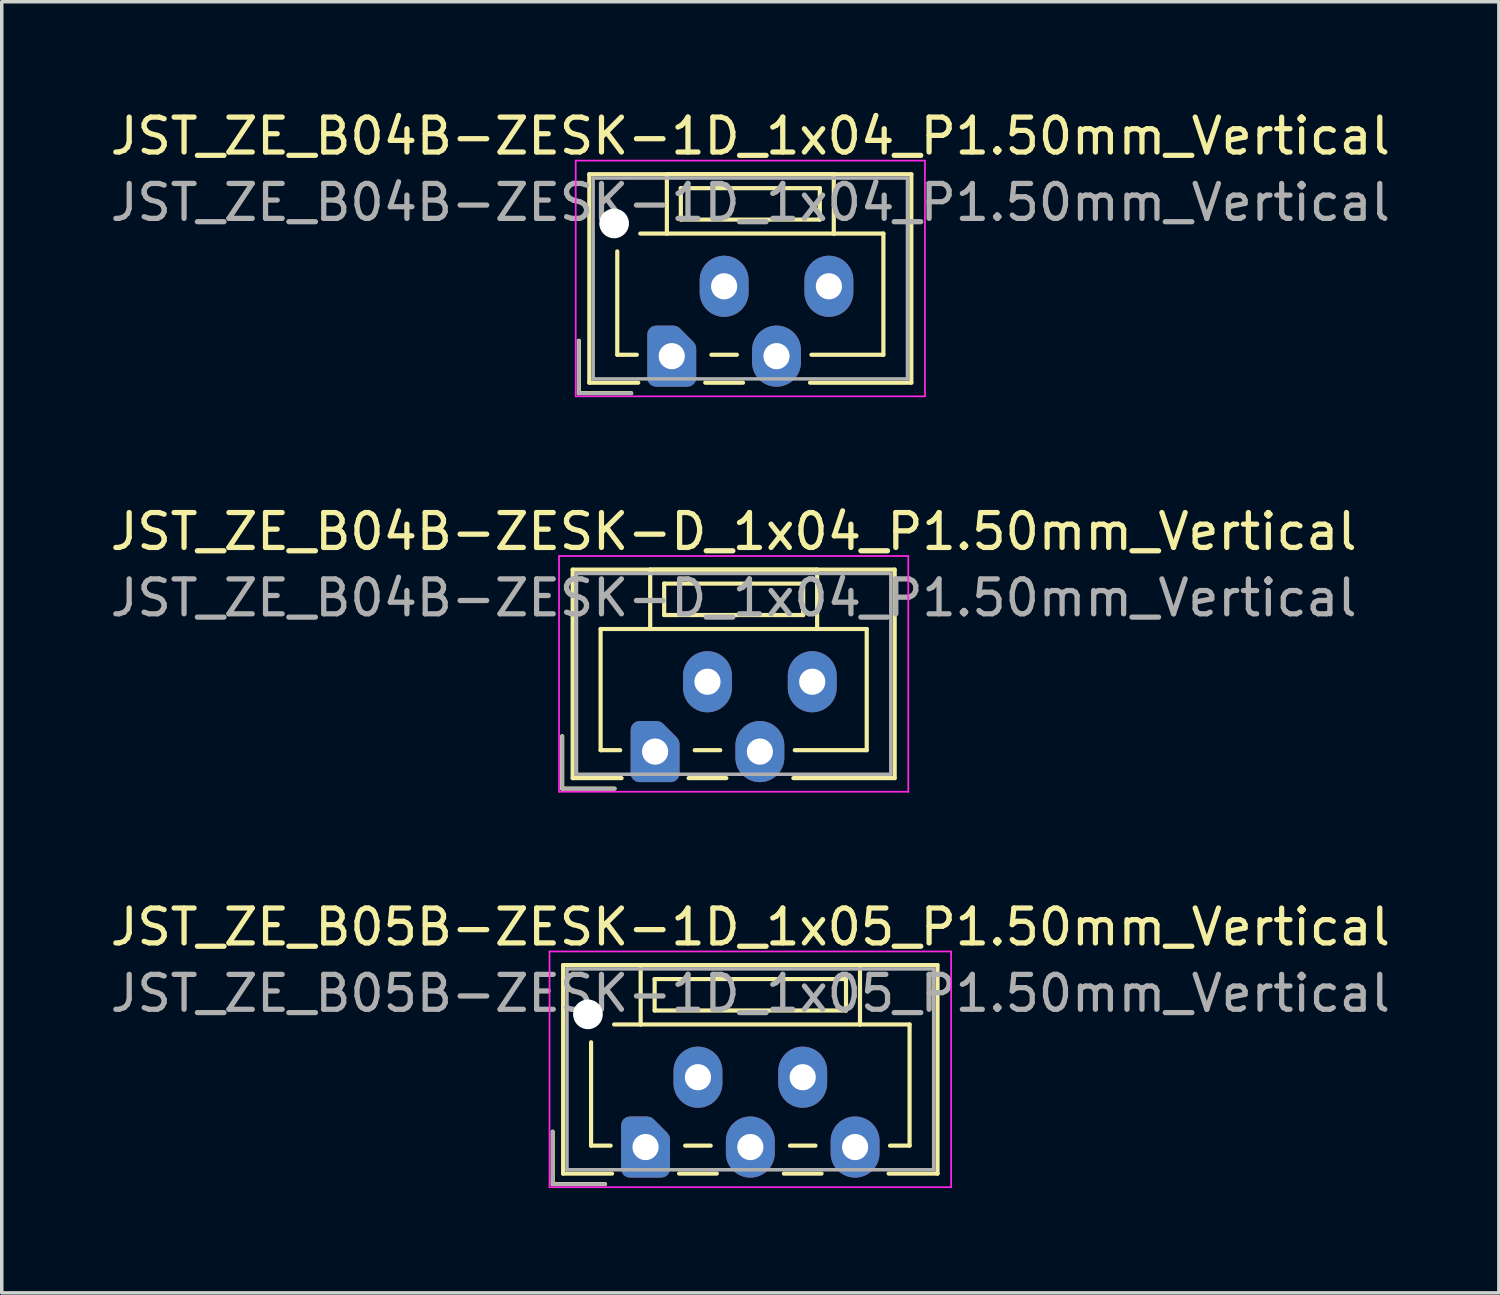
<source format=kicad_pcb>
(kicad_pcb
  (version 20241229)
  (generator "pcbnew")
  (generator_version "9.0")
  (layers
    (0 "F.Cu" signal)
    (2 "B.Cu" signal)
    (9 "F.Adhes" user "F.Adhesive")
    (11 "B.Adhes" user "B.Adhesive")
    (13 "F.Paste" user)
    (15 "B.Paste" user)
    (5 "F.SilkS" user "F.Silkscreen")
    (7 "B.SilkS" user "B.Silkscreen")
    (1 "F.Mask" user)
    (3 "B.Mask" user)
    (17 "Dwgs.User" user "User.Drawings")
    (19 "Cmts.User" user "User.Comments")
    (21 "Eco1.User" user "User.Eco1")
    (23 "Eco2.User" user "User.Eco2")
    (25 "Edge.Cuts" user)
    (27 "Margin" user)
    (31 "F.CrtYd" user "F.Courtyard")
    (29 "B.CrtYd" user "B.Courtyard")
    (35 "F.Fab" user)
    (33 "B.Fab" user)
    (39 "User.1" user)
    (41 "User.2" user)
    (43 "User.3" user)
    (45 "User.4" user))
  (footprint "JST_ZE_B04B-ZESK-D_1x04_P1.50mm_Vertical"
    (layer "F.Cu")
    (at 15.708 18.471)
    (property "Reference" "JST_ZE_B04B-ZESK-D_1x04_P1.50mm_Vertical" (at 2.25 -6.3 0) (layer "F.SilkS") (effects (font (size 1 1) (thickness 0.15))))
    (attr through_hole)
    (fp_line (start -2.66 -0.44) (end -2.66 1.06) (stroke (width 0.12) (type solid)) (layer "F.SilkS"))
    (fp_line (start -2.66 1.06) (end -1.16 1.06) (stroke (width 0.12) (type solid)) (layer "F.SilkS"))
    (fp_line (start -2.36 -5.21) (end 6.86 -5.21) (stroke (width 0.12) (type solid)) (layer "F.SilkS"))
    (fp_line (start -2.36 0.76) (end -2.36 -5.21) (stroke (width 0.12) (type solid)) (layer "F.SilkS"))
    (fp_line (start -1.56 -3.51) (end -1.56 -0.04) (stroke (width 0.12) (type solid)) (layer "F.SilkS"))
    (fp_line (start -1.56 -0.04) (end -1 -0.04) (stroke (width 0.12) (type solid)) (layer "F.SilkS"))
    (fp_line (start -0.96 0.76) (end -2.36 0.76) (stroke (width 0.12) (type solid)) (layer "F.SilkS"))
    (fp_line (start -0.14 -5.21) (end -0.14 -3.51) (stroke (width 0.12) (type solid)) (layer "F.SilkS"))
    (fp_line (start -0.14 -3.51) (end -1.56 -3.51) (stroke (width 0.12) (type solid)) (layer "F.SilkS"))
    (fp_line (start -0.14 -3.51) (end 4.64 -3.51) (stroke (width 0.12) (type solid)) (layer "F.SilkS"))
    (fp_line (start 0.26 -4.81) (end 0.26 -3.91) (stroke (width 0.12) (type solid)) (layer "F.SilkS"))
    (fp_line (start 0.26 -3.91) (end 4.24 -3.91) (stroke (width 0.12) (type solid)) (layer "F.SilkS"))
    (fp_line (start 0.96 0.76) (end 2.04 0.76) (stroke (width 0.12) (type solid)) (layer "F.SilkS"))
    (fp_line (start 1.135 -0.04) (end 1.865 -0.04) (stroke (width 0.12) (type solid)) (layer "F.SilkS"))
    (fp_line (start 4.24 -4.81) (end 0.26 -4.81) (stroke (width 0.12) (type solid)) (layer "F.SilkS"))
    (fp_line (start 4.24 -3.91) (end 4.24 -4.81) (stroke (width 0.12) (type solid)) (layer "F.SilkS"))
    (fp_line (start 4.64 -5.21) (end -0.14 -5.21) (stroke (width 0.12) (type solid)) (layer "F.SilkS"))
    (fp_line (start 4.64 -3.51) (end 4.64 -5.21) (stroke (width 0.12) (type solid)) (layer "F.SilkS"))
    (fp_line (start 4.64 -3.51) (end 6.06 -3.51) (stroke (width 0.12) (type solid)) (layer "F.SilkS"))
    (fp_line (start 6.06 -3.51) (end 6.06 -0.04) (stroke (width 0.12) (type solid)) (layer "F.SilkS"))
    (fp_line (start 6.06 -0.04) (end 4 -0.04) (stroke (width 0.12) (type solid)) (layer "F.SilkS"))
    (fp_line (start 6.86 -5.21) (end 6.86 0.76) (stroke (width 0.12) (type solid)) (layer "F.SilkS"))
    (fp_line (start 6.86 0.76) (end 3.96 0.76) (stroke (width 0.12) (type solid)) (layer "F.SilkS"))
    (fp_line (start -2.75 -5.6) (end -2.75 1.15) (stroke (width 0.05) (type solid)) (layer "F.CrtYd"))
    (fp_line (start -2.75 1.15) (end 7.25 1.15) (stroke (width 0.05) (type solid)) (layer "F.CrtYd"))
    (fp_line (start 7.25 -5.6) (end -2.75 -5.6) (stroke (width 0.05) (type solid)) (layer "F.CrtYd"))
    (fp_line (start 7.25 1.15) (end 7.25 -5.6) (stroke (width 0.05) (type solid)) (layer "F.CrtYd"))
    (fp_line (start -2.66 -0.44) (end -2.66 1.06) (stroke (width 0.1) (type solid)) (layer "F.Fab"))
    (fp_line (start -2.66 1.06) (end -1.16 1.06) (stroke (width 0.1) (type solid)) (layer "F.Fab"))
    (fp_line (start -2.25 -5.1) (end -2.25 0.65) (stroke (width 0.1) (type solid)) (layer "F.Fab"))
    (fp_line (start -2.25 0.65) (end 6.75 0.65) (stroke (width 0.1) (type solid)) (layer "F.Fab"))
    (fp_line (start 6.75 -5.1) (end -2.25 -5.1) (stroke (width 0.1) (type solid)) (layer "F.Fab"))
    (fp_line (start 6.75 0.65) (end 6.75 -5.1) (stroke (width 0.1) (type solid)) (layer "F.Fab"))
    (fp_text user "${REFERENCE}" (at 2.25 -4.4 0) (layer "F.Fab") (effects (font (size 1 1) (thickness 0.15))))
    (pad "1" thru_hole custom (at 0 0) (size 1.117 1.117) (drill 0.75) (layers "*.Cu" "*.Mask") (options (anchor circle)) (primitives (gr_poly (pts (xy 0.45 -0.225) (xy 0.45 0.625) (xy -0.45 0.625) (xy -0.45 -0.625) (xy 0.05 -0.625)) (width 0.5) (fill yes))))
    (pad "2" thru_hole oval (at 1.5 -2) (size 1.4 1.75) (drill 0.75) (layers "*.Cu" "*.Mask"))
    (pad "3" thru_hole oval (at 3 0) (size 1.4 1.75) (drill 0.75) (layers "*.Cu" "*.Mask"))
    (pad "4" thru_hole oval (at 4.5 -2) (size 1.4 1.75) (drill 0.75) (layers "*.Cu" "*.Mask")))
  (footprint "JST_ZE_B05B-ZESK-1D_1x05_P1.50mm_Vertical"
    (layer "F.Cu")
    (at 15.435 29.795)
    (property "Reference" "JST_ZE_B05B-ZESK-1D_1x05_P1.50mm_Vertical" (at 3 -6.3 0) (layer "F.SilkS") (effects (font (size 1 1) (thickness 0.15))))
    (attr through_hole)
    (fp_line (start -2.66 -0.44) (end -2.66 1.06) (stroke (width 0.12) (type solid)) (layer "F.SilkS"))
    (fp_line (start -2.66 1.06) (end -1.16 1.06) (stroke (width 0.12) (type solid)) (layer "F.SilkS"))
    (fp_line (start -2.36 -5.21) (end 8.36 -5.21) (stroke (width 0.12) (type solid)) (layer "F.SilkS"))
    (fp_line (start -2.36 0.76) (end -2.36 -5.21) (stroke (width 0.12) (type solid)) (layer "F.SilkS"))
    (fp_line (start -1.56 -3) (end -1.56 -0.04) (stroke (width 0.12) (type solid)) (layer "F.SilkS"))
    (fp_line (start -1.56 -0.04) (end -1 -0.04) (stroke (width 0.12) (type solid)) (layer "F.SilkS"))
    (fp_line (start -0.96 0.76) (end -2.36 0.76) (stroke (width 0.12) (type solid)) (layer "F.SilkS"))
    (fp_line (start -0.14 -5.21) (end -0.14 -3.51) (stroke (width 0.12) (type solid)) (layer "F.SilkS"))
    (fp_line (start -0.14 -3.51) (end -0.9 -3.51) (stroke (width 0.12) (type solid)) (layer "F.SilkS"))
    (fp_line (start -0.14 -3.51) (end 6.14 -3.51) (stroke (width 0.12) (type solid)) (layer "F.SilkS"))
    (fp_line (start 0.26 -4.81) (end 0.26 -3.91) (stroke (width 0.12) (type solid)) (layer "F.SilkS"))
    (fp_line (start 0.26 -3.91) (end 5.74 -3.91) (stroke (width 0.12) (type solid)) (layer "F.SilkS"))
    (fp_line (start 0.96 0.76) (end 2.04 0.76) (stroke (width 0.12) (type solid)) (layer "F.SilkS"))
    (fp_line (start 1.135 -0.04) (end 1.865 -0.04) (stroke (width 0.12) (type solid)) (layer "F.SilkS"))
    (fp_line (start 3.96 0.76) (end 5.04 0.76) (stroke (width 0.12) (type solid)) (layer "F.SilkS"))
    (fp_line (start 4.135 -0.04) (end 4.865 -0.04) (stroke (width 0.12) (type solid)) (layer "F.SilkS"))
    (fp_line (start 5.74 -4.81) (end 0.26 -4.81) (stroke (width 0.12) (type solid)) (layer "F.SilkS"))
    (fp_line (start 5.74 -3.91) (end 5.74 -4.81) (stroke (width 0.12) (type solid)) (layer "F.SilkS"))
    (fp_line (start 6.14 -5.21) (end -0.14 -5.21) (stroke (width 0.12) (type solid)) (layer "F.SilkS"))
    (fp_line (start 6.14 -3.51) (end 6.14 -5.21) (stroke (width 0.12) (type solid)) (layer "F.SilkS"))
    (fp_line (start 6.14 -3.51) (end 7.56 -3.51) (stroke (width 0.12) (type solid)) (layer "F.SilkS"))
    (fp_line (start 7.56 -3.51) (end 7.56 -0.04) (stroke (width 0.12) (type solid)) (layer "F.SilkS"))
    (fp_line (start 7.56 -0.04) (end 7 -0.04) (stroke (width 0.12) (type solid)) (layer "F.SilkS"))
    (fp_line (start 8.36 -5.21) (end 8.36 0.76) (stroke (width 0.12) (type solid)) (layer "F.SilkS"))
    (fp_line (start 8.36 0.76) (end 6.96 0.76) (stroke (width 0.12) (type solid)) (layer "F.SilkS"))
    (fp_line (start -2.75 -5.6) (end -2.75 1.15) (stroke (width 0.05) (type solid)) (layer "F.CrtYd"))
    (fp_line (start -2.75 1.15) (end 8.75 1.15) (stroke (width 0.05) (type solid)) (layer "F.CrtYd"))
    (fp_line (start 8.75 -5.6) (end -2.75 -5.6) (stroke (width 0.05) (type solid)) (layer "F.CrtYd"))
    (fp_line (start 8.75 1.15) (end 8.75 -5.6) (stroke (width 0.05) (type solid)) (layer "F.CrtYd"))
    (fp_line (start -2.66 -0.44) (end -2.66 1.06) (stroke (width 0.1) (type solid)) (layer "F.Fab"))
    (fp_line (start -2.66 1.06) (end -1.16 1.06) (stroke (width 0.1) (type solid)) (layer "F.Fab"))
    (fp_line (start -2.25 -5.1) (end -2.25 0.65) (stroke (width 0.1) (type solid)) (layer "F.Fab"))
    (fp_line (start -2.25 0.65) (end 8.25 0.65) (stroke (width 0.1) (type solid)) (layer "F.Fab"))
    (fp_line (start 8.25 -5.1) (end -2.25 -5.1) (stroke (width 0.1) (type solid)) (layer "F.Fab"))
    (fp_line (start 8.25 0.65) (end 8.25 -5.1) (stroke (width 0.1) (type solid)) (layer "F.Fab"))
    (fp_text user "${REFERENCE}" (at 3 -4.4 0) (layer "F.Fab") (effects (font (size 1 1) (thickness 0.15))))
    (pad "" np_thru_hole circle (at -1.65 -3.8) (size 0.85 0.85) (drill 0.85) (layers "*.Cu" "*.Mask"))
    (pad "1" thru_hole custom (at 0 0) (size 1.117 1.117) (drill 0.75) (layers "*.Cu" "*.Mask") (options (anchor circle)) (primitives (gr_poly (pts (xy 0.45 -0.225) (xy 0.45 0.625) (xy -0.45 0.625) (xy -0.45 -0.625) (xy 0.05 -0.625)) (width 0.5) (fill yes))))
    (pad "2" thru_hole oval (at 1.5 -2) (size 1.4 1.75) (drill 0.75) (layers "*.Cu" "*.Mask"))
    (pad "3" thru_hole oval (at 3 0) (size 1.4 1.75) (drill 0.75) (layers "*.Cu" "*.Mask"))
    (pad "4" thru_hole oval (at 4.5 -2) (size 1.4 1.75) (drill 0.75) (layers "*.Cu" "*.Mask"))
    (pad "5" thru_hole oval (at 6 0) (size 1.4 1.75) (drill 0.75) (layers "*.Cu" "*.Mask")))
  (footprint "JST_ZE_B04B-ZESK-1D_1x04_P1.50mm_Vertical"
    (layer "F.Cu")
    (at 16.185 7.148)
    (property "Reference" "JST_ZE_B04B-ZESK-1D_1x04_P1.50mm_Vertical" (at 2.25 -6.3 0) (layer "F.SilkS") (effects (font (size 1 1) (thickness 0.15))))
    (attr through_hole)
    (fp_line (start -2.66 -0.44) (end -2.66 1.06) (stroke (width 0.12) (type solid)) (layer "F.SilkS"))
    (fp_line (start -2.66 1.06) (end -1.16 1.06) (stroke (width 0.12) (type solid)) (layer "F.SilkS"))
    (fp_line (start -2.36 -5.21) (end 6.86 -5.21) (stroke (width 0.12) (type solid)) (layer "F.SilkS"))
    (fp_line (start -2.36 0.76) (end -2.36 -5.21) (stroke (width 0.12) (type solid)) (layer "F.SilkS"))
    (fp_line (start -1.56 -3) (end -1.56 -0.04) (stroke (width 0.12) (type solid)) (layer "F.SilkS"))
    (fp_line (start -1.56 -0.04) (end -1 -0.04) (stroke (width 0.12) (type solid)) (layer "F.SilkS"))
    (fp_line (start -0.96 0.76) (end -2.36 0.76) (stroke (width 0.12) (type solid)) (layer "F.SilkS"))
    (fp_line (start -0.14 -5.21) (end -0.14 -3.51) (stroke (width 0.12) (type solid)) (layer "F.SilkS"))
    (fp_line (start -0.14 -3.51) (end -0.9 -3.51) (stroke (width 0.12) (type solid)) (layer "F.SilkS"))
    (fp_line (start -0.14 -3.51) (end 4.64 -3.51) (stroke (width 0.12) (type solid)) (layer "F.SilkS"))
    (fp_line (start 0.26 -4.81) (end 0.26 -3.91) (stroke (width 0.12) (type solid)) (layer "F.SilkS"))
    (fp_line (start 0.26 -3.91) (end 4.24 -3.91) (stroke (width 0.12) (type solid)) (layer "F.SilkS"))
    (fp_line (start 0.96 0.76) (end 2.04 0.76) (stroke (width 0.12) (type solid)) (layer "F.SilkS"))
    (fp_line (start 1.135 -0.04) (end 1.865 -0.04) (stroke (width 0.12) (type solid)) (layer "F.SilkS"))
    (fp_line (start 4.24 -4.81) (end 0.26 -4.81) (stroke (width 0.12) (type solid)) (layer "F.SilkS"))
    (fp_line (start 4.24 -3.91) (end 4.24 -4.81) (stroke (width 0.12) (type solid)) (layer "F.SilkS"))
    (fp_line (start 4.64 -5.21) (end -0.14 -5.21) (stroke (width 0.12) (type solid)) (layer "F.SilkS"))
    (fp_line (start 4.64 -3.51) (end 4.64 -5.21) (stroke (width 0.12) (type solid)) (layer "F.SilkS"))
    (fp_line (start 4.64 -3.51) (end 6.06 -3.51) (stroke (width 0.12) (type solid)) (layer "F.SilkS"))
    (fp_line (start 6.06 -3.51) (end 6.06 -0.04) (stroke (width 0.12) (type solid)) (layer "F.SilkS"))
    (fp_line (start 6.06 -0.04) (end 4 -0.04) (stroke (width 0.12) (type solid)) (layer "F.SilkS"))
    (fp_line (start 6.86 -5.21) (end 6.86 0.76) (stroke (width 0.12) (type solid)) (layer "F.SilkS"))
    (fp_line (start 6.86 0.76) (end 3.96 0.76) (stroke (width 0.12) (type solid)) (layer "F.SilkS"))
    (fp_line (start -2.75 -5.6) (end -2.75 1.15) (stroke (width 0.05) (type solid)) (layer "F.CrtYd"))
    (fp_line (start -2.75 1.15) (end 7.25 1.15) (stroke (width 0.05) (type solid)) (layer "F.CrtYd"))
    (fp_line (start 7.25 -5.6) (end -2.75 -5.6) (stroke (width 0.05) (type solid)) (layer "F.CrtYd"))
    (fp_line (start 7.25 1.15) (end 7.25 -5.6) (stroke (width 0.05) (type solid)) (layer "F.CrtYd"))
    (fp_line (start -2.66 -0.44) (end -2.66 1.06) (stroke (width 0.1) (type solid)) (layer "F.Fab"))
    (fp_line (start -2.66 1.06) (end -1.16 1.06) (stroke (width 0.1) (type solid)) (layer "F.Fab"))
    (fp_line (start -2.25 -5.1) (end -2.25 0.65) (stroke (width 0.1) (type solid)) (layer "F.Fab"))
    (fp_line (start -2.25 0.65) (end 6.75 0.65) (stroke (width 0.1) (type solid)) (layer "F.Fab"))
    (fp_line (start 6.75 -5.1) (end -2.25 -5.1) (stroke (width 0.1) (type solid)) (layer "F.Fab"))
    (fp_line (start 6.75 0.65) (end 6.75 -5.1) (stroke (width 0.1) (type solid)) (layer "F.Fab"))
    (fp_text user "${REFERENCE}" (at 2.25 -4.4 0) (layer "F.Fab") (effects (font (size 1 1) (thickness 0.15))))
    (pad "" np_thru_hole circle (at -1.65 -3.8) (size 0.85 0.85) (drill 0.85) (layers "*.Cu" "*.Mask"))
    (pad "1" thru_hole custom (at 0 0) (size 1.117 1.117) (drill 0.75) (layers "*.Cu" "*.Mask") (options (anchor circle)) (primitives (gr_poly (pts (xy 0.45 -0.225) (xy 0.45 0.625) (xy -0.45 0.625) (xy -0.45 -0.625) (xy 0.05 -0.625)) (width 0.5) (fill yes))))
    (pad "2" thru_hole oval (at 1.5 -2) (size 1.4 1.75) (drill 0.75) (layers "*.Cu" "*.Mask"))
    (pad "3" thru_hole oval (at 3 0) (size 1.4 1.75) (drill 0.75) (layers "*.Cu" "*.Mask"))
    (pad "4" thru_hole oval (at 4.5 -2) (size 1.4 1.75) (drill 0.75) (layers "*.Cu" "*.Mask")))
  (gr_rect
    (start -3 -3)
    (end 39.869 33.97)
    (stroke (width 0.1) (type default))
    (fill no)
    (layer "Edge.Cuts")))
</source>
